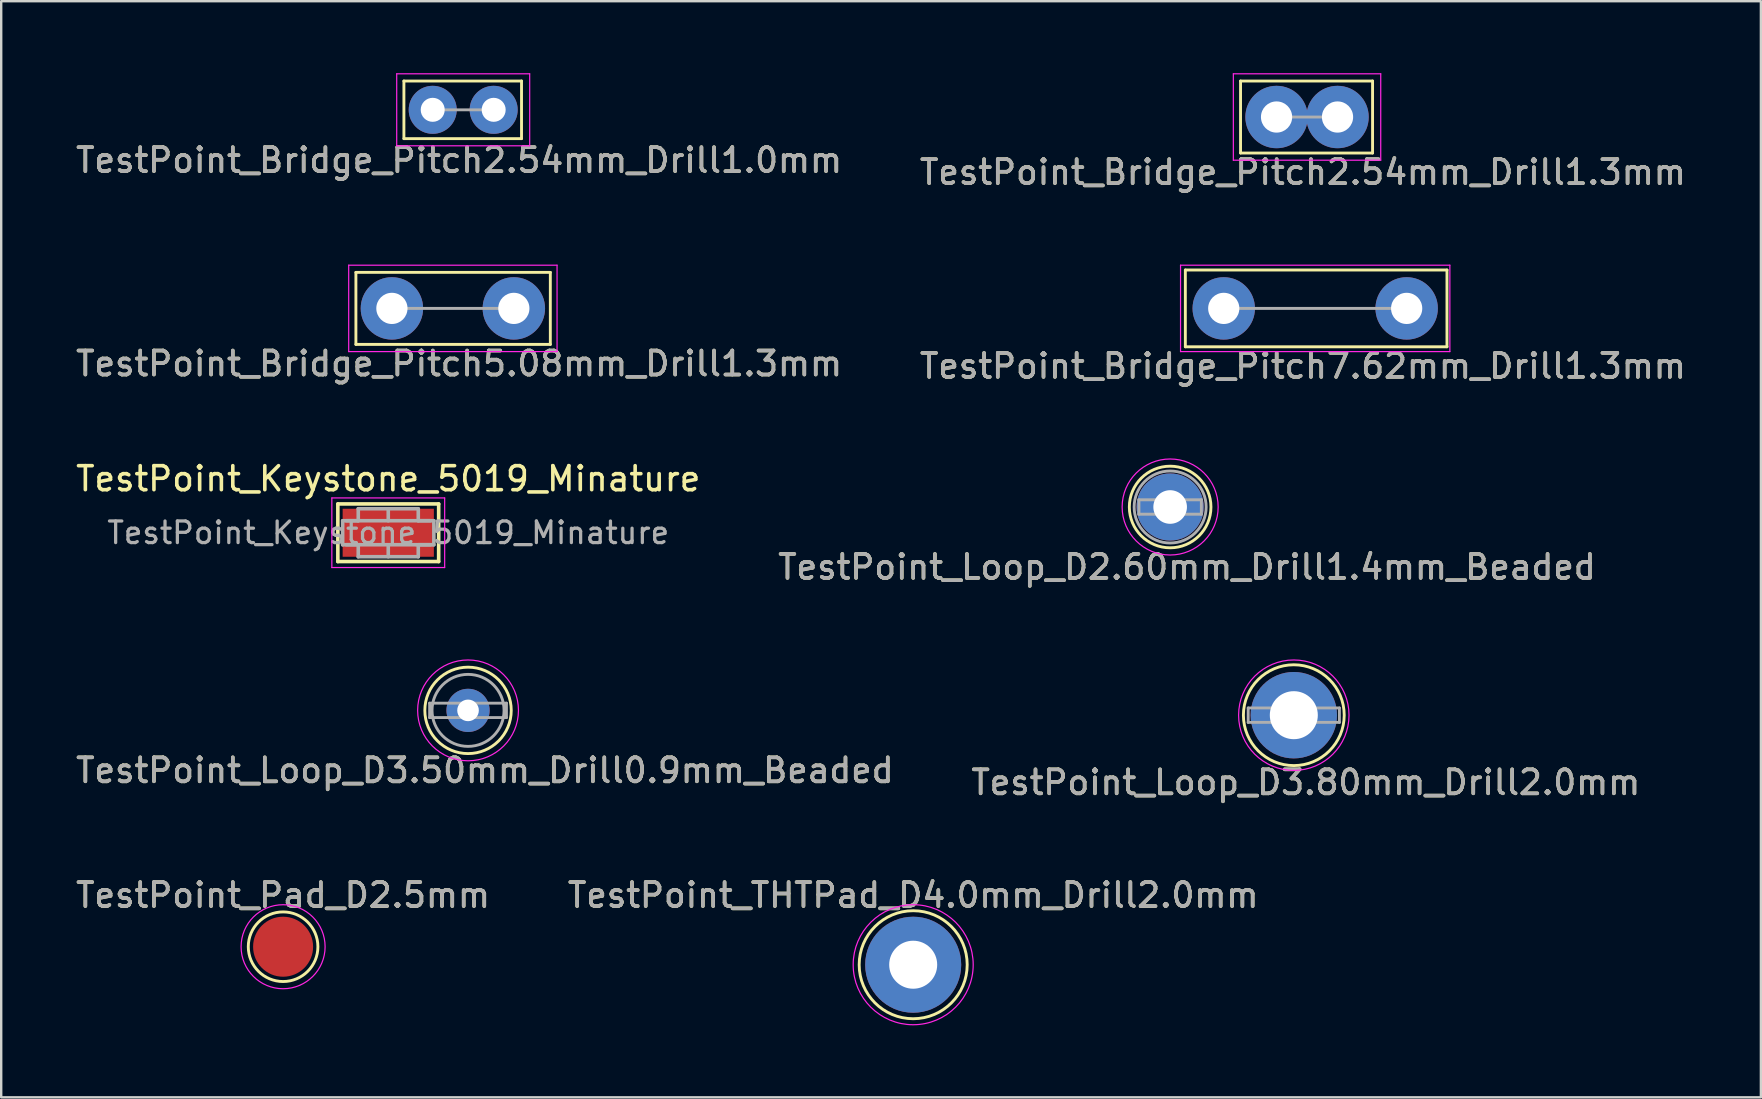
<source format=kicad_pcb>
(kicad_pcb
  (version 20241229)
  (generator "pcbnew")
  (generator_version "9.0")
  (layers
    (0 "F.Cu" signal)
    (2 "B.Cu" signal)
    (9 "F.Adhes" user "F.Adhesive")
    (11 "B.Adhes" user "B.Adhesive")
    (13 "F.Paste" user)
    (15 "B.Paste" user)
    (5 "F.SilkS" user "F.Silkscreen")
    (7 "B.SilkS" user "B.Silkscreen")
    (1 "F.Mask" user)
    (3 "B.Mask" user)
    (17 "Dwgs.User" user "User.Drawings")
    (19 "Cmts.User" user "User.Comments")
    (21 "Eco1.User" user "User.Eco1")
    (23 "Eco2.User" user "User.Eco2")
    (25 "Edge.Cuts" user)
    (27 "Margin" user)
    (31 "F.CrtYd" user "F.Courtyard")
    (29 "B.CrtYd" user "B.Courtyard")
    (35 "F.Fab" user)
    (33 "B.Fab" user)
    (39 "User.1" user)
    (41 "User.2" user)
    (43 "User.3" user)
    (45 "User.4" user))
  (footprint "TestPoint_Bridge_Pitch5.08mm_Drill1.3mm"
    (layer "F.Cu")
    (at 13.277 9.798)
    (property "Reference" "TestPoint_Bridge_Pitch5.08mm_Drill1.3mm" (at 2.8 2.3 0) (layer "F.SilkS") (effects (font (size 1 1) (thickness 0.15))))
    (attr through_hole)
    (fp_line (start -1.5 -1.5) (end -1.5 1.5) (stroke (width 0.12) (type solid)) (layer "F.SilkS"))
    (fp_line (start -1.5 -1.5) (end 6.6 -1.5) (stroke (width 0.12) (type solid)) (layer "F.SilkS"))
    (fp_line (start 6.6 1.5) (end -1.5 1.5) (stroke (width 0.12) (type solid)) (layer "F.SilkS"))
    (fp_line (start 6.6 1.5) (end 6.6 -1.5) (stroke (width 0.12) (type solid)) (layer "F.SilkS"))
    (fp_line (start -1.8 -1.8) (end -1.8 1.8) (stroke (width 0.05) (type solid)) (layer "F.CrtYd"))
    (fp_line (start -1.8 -1.8) (end 6.88 -1.8) (stroke (width 0.05) (type solid)) (layer "F.CrtYd"))
    (fp_line (start 6.88 1.8) (end -1.8 1.8) (stroke (width 0.05) (type solid)) (layer "F.CrtYd"))
    (fp_line (start 6.88 1.8) (end 6.88 -1.8) (stroke (width 0.05) (type solid)) (layer "F.CrtYd"))
    (fp_line (start 5.08 0) (end 0 0) (stroke (width 0.12) (type solid)) (layer "F.Fab"))
    (fp_text user "${REFERENCE}" (at 2.8 2.3 0) (layer "F.Fab") (effects (font (size 1 1) (thickness 0.15))))
    (pad "1" thru_hole circle (at 0 0) (size 2.6 2.6) (drill 1.3) (layers "*.Cu" "*.Mask"))
    (pad "1" thru_hole circle (at 5.08 0) (size 2.6 2.6) (drill 1.3) (layers "*.Cu" "*.Mask")))
  (footprint "TestPoint_THTPad_D4.0mm_Drill2.0mm"
    (layer "F.Cu")
    (at 34.994 37.141)
    (property "Reference" "TestPoint_THTPad_D4.0mm_Drill2.0mm" (at 0 -2.898 0) (layer "F.SilkS") (effects (font (size 1 1) (thickness 0.15))))
    (attr exclude_from_pos_files exclude_from_bom)
    (fp_circle (center 0 0) (end 0 2.25) (stroke (width 0.12) (type solid)) (fill no) (layer "F.SilkS"))
    (fp_circle (center 0 0) (end 2.5 0) (stroke (width 0.05) (type solid)) (fill no) (layer "F.CrtYd"))
    (fp_text user "${REFERENCE}" (at 0 -2.9 0) (layer "F.Fab") (effects (font (size 1 1) (thickness 0.15))))
    (pad "1" thru_hole circle (at 0 0) (size 4 4) (drill 2) (layers "*.Cu" "*.Mask")))
  (footprint "TestPoint_Bridge_Pitch2.54mm_Drill1.3mm"
    (layer "F.Cu")
    (at 50.132 1.825)
    (property "Reference" "TestPoint_Bridge_Pitch2.54mm_Drill1.3mm" (at 1.1 2.3 0) (layer "F.SilkS") (effects (font (size 1 1) (thickness 0.15))))
    (attr through_hole)
    (fp_line (start -1.5 -1.5) (end -1.5 1.5) (stroke (width 0.12) (type solid)) (layer "F.SilkS"))
    (fp_line (start -1.5 1.5) (end 4 1.5) (stroke (width 0.12) (type solid)) (layer "F.SilkS"))
    (fp_line (start 4 -1.5) (end -1.5 -1.5) (stroke (width 0.12) (type solid)) (layer "F.SilkS"))
    (fp_line (start 4 1.5) (end 4 -1.5) (stroke (width 0.12) (type solid)) (layer "F.SilkS"))
    (fp_line (start -1.8 -1.8) (end -1.8 1.8) (stroke (width 0.05) (type solid)) (layer "F.CrtYd"))
    (fp_line (start -1.8 -1.8) (end 4.34 -1.8) (stroke (width 0.05) (type solid)) (layer "F.CrtYd"))
    (fp_line (start 4.34 1.8) (end -1.8 1.8) (stroke (width 0.05) (type solid)) (layer "F.CrtYd"))
    (fp_line (start 4.34 1.8) (end 4.34 -1.8) (stroke (width 0.05) (type solid)) (layer "F.CrtYd"))
    (fp_line (start 2.54 0) (end 0 0) (stroke (width 0.12) (type solid)) (layer "F.Fab"))
    (fp_text user "${REFERENCE}" (at 1.1 2.3 0) (layer "F.Fab") (effects (font (size 1 1) (thickness 0.15))))
    (pad "1" thru_hole circle (at 0 0) (size 2.6 2.6) (drill 1.3) (layers "*.Cu" "*.Mask"))
    (pad "1" thru_hole circle (at 2.54 0) (size 2.6 2.6) (drill 1.3) (layers "*.Cu" "*.Mask")))
  (footprint "TestPoint_Loop_D3.80mm_Drill2.0mm"
    (layer "F.Cu")
    (at 50.851 26.745)
    (property "Reference" "TestPoint_Loop_D3.80mm_Drill2.0mm" (at 0.5 2.8 0) (layer "F.SilkS") (effects (font (size 1 1) (thickness 0.15))))
    (attr through_hole)
    (fp_circle (center 0 0) (end 2.1 0) (stroke (width 0.12) (type solid)) (fill no) (layer "F.SilkS"))
    (fp_circle (center 0 0) (end 2.3 0) (stroke (width 0.05) (type solid)) (fill no) (layer "F.CrtYd"))
    (fp_line (start -1.9 -0.3) (end -1.9 0.3) (stroke (width 0.12) (type solid)) (layer "F.Fab"))
    (fp_line (start -1.9 0.3) (end 1.9 0.3) (stroke (width 0.12) (type solid)) (layer "F.Fab"))
    (fp_line (start 1.9 -0.3) (end -1.9 -0.3) (stroke (width 0.12) (type solid)) (layer "F.Fab"))
    (fp_line (start 1.9 0.3) (end 1.9 -0.3) (stroke (width 0.12) (type solid)) (layer "F.Fab"))
    (fp_text user "${REFERENCE}" (at 0.5 2.8 0) (layer "F.Fab") (effects (font (size 1 1) (thickness 0.15))))
    (pad "1" thru_hole circle (at 0 0) (size 3.6 3.6) (drill 2) (layers "*.Cu" "*.Mask")))
  (footprint "TestPoint_Keystone_5019_Minature"
    (layer "F.Cu")
    (at 13.125 19.145)
    (property "Reference" "TestPoint_Keystone_5019_Minature" (at 0 -2.25 0) (layer "F.SilkS") (effects (font (size 1 1) (thickness 0.15))))
    (attr smd)
    (fp_line (start -2.1 -1.2) (end 2.1 -1.2) (stroke (width 0.15) (type solid)) (layer "F.SilkS"))
    (fp_line (start -2.1 1.2) (end -2.1 -1.2) (stroke (width 0.15) (type solid)) (layer "F.SilkS"))
    (fp_line (start 2.1 -1.2) (end 2.1 1.2) (stroke (width 0.15) (type solid)) (layer "F.SilkS"))
    (fp_line (start 2.1 1.2) (end -2.1 1.2) (stroke (width 0.15) (type solid)) (layer "F.SilkS"))
    (fp_line (start -2.35 -1.45) (end 2.35 -1.45) (stroke (width 0.05) (type solid)) (layer "F.CrtYd"))
    (fp_line (start -2.35 1.45) (end -2.35 -1.45) (stroke (width 0.05) (type solid)) (layer "F.CrtYd"))
    (fp_line (start 2.35 -1.45) (end 2.35 1.45) (stroke (width 0.05) (type solid)) (layer "F.CrtYd"))
    (fp_line (start 2.35 1.45) (end -2.35 1.45) (stroke (width 0.05) (type solid)) (layer "F.CrtYd"))
    (fp_line (start -1.9 -0.5) (end -1.9 0.5) (stroke (width 0.15) (type solid)) (layer "F.Fab"))
    (fp_line (start -1.9 -0.5) (end 1.9 -0.5) (stroke (width 0.15) (type solid)) (layer "F.Fab"))
    (fp_line (start -1.75 0.5) (end -1.25 0.5) (stroke (width 0.15) (type solid)) (layer "F.Fab"))
    (fp_line (start -1.25 -1) (end -1.25 -0.5) (stroke (width 0.15) (type solid)) (layer "F.Fab"))
    (fp_line (start -1.25 -0.5) (end -1.75 -0.5) (stroke (width 0.15) (type solid)) (layer "F.Fab"))
    (fp_line (start -1.25 0.5) (end -1.25 1) (stroke (width 0.15) (type solid)) (layer "F.Fab"))
    (fp_line (start -1.25 1) (end 1.25 1) (stroke (width 0.15) (type solid)) (layer "F.Fab"))
    (fp_line (start 0 -1) (end 0 -0.5) (stroke (width 0.15) (type solid)) (layer "F.Fab"))
    (fp_line (start 0 0.5) (end 0 1) (stroke (width 0.15) (type solid)) (layer "F.Fab"))
    (fp_line (start 1.25 -1) (end -1.25 -1) (stroke (width 0.15) (type solid)) (layer "F.Fab"))
    (fp_line (start 1.25 -0.5) (end 1.25 -1) (stroke (width 0.15) (type solid)) (layer "F.Fab"))
    (fp_line (start 1.25 0.5) (end 1.75 0.5) (stroke (width 0.15) (type solid)) (layer "F.Fab"))
    (fp_line (start 1.25 1) (end 1.25 0.5) (stroke (width 0.15) (type solid)) (layer "F.Fab"))
    (fp_line (start 1.75 -0.5) (end 1.25 -0.5) (stroke (width 0.15) (type solid)) (layer "F.Fab"))
    (fp_line (start 1.9 0.5) (end -1.9 0.5) (stroke (width 0.15) (type solid)) (layer "F.Fab"))
    (fp_line (start 1.9 0.5) (end 1.9 -0.5) (stroke (width 0.15) (type solid)) (layer "F.Fab"))
    (fp_text user "${REFERENCE}" (at 0 0 0) (layer "F.Fab") (effects (font (size 0.9 0.9) (thickness 0.135))))
    (pad "1" smd rect (at 0 0) (size 3.8 2) (layers "F.Cu" "F.Mask" "F.Paste")))
  (footprint "TestPoint_Loop_D3.50mm_Drill0.9mm_Beaded"
    (layer "F.Cu")
    (at 16.449 26.545)
    (property "Reference" "TestPoint_Loop_D3.50mm_Drill0.9mm_Beaded" (at 0.7 2.5 0) (layer "F.SilkS") (effects (font (size 1 1) (thickness 0.15))))
    (attr through_hole)
    (fp_circle (center 0 0) (end 1.8 0) (stroke (width 0.12) (type solid)) (fill no) (layer "F.SilkS"))
    (fp_circle (center 0 0) (end 2.1 0) (stroke (width 0.05) (type solid)) (fill no) (layer "F.CrtYd"))
    (fp_line (start -1.6 -0.3) (end -1.6 0.3) (stroke (width 0.12) (type solid)) (layer "F.Fab"))
    (fp_line (start -1.6 0.3) (end 1.6 0.3) (stroke (width 0.12) (type solid)) (layer "F.Fab"))
    (fp_line (start 1.6 -0.3) (end -1.6 -0.3) (stroke (width 0.12) (type solid)) (layer "F.Fab"))
    (fp_line (start 1.6 0.3) (end 1.6 -0.3) (stroke (width 0.12) (type solid)) (layer "F.Fab"))
    (fp_circle (center 0 0) (end 1.5 0) (stroke (width 0.12) (type solid)) (fill no) (layer "F.Fab"))
    (fp_text user "${REFERENCE}" (at 0.7 2.5 0) (layer "F.Fab") (effects (font (size 1 1) (thickness 0.15))))
    (pad "1" thru_hole circle (at 0 0) (size 1.8 1.8) (drill 0.9) (layers "*.Cu" "*.Mask")))
  (footprint "TestPoint_Bridge_Pitch2.54mm_Drill1.0mm"
    (layer "F.Cu")
    (at 14.977 1.525)
    (property "Reference" "TestPoint_Bridge_Pitch2.54mm_Drill1.0mm" (at 1.1 2.1 0) (layer "F.SilkS") (effects (font (size 1 1) (thickness 0.15))))
    (attr through_hole)
    (fp_line (start -1.2 -1.2) (end -1.2 1.2) (stroke (width 0.12) (type solid)) (layer "F.SilkS"))
    (fp_line (start -1.2 1.2) (end 3.7 1.2) (stroke (width 0.12) (type solid)) (layer "F.SilkS"))
    (fp_line (start 3.7 -1.2) (end -1.2 -1.2) (stroke (width 0.12) (type solid)) (layer "F.SilkS"))
    (fp_line (start 3.7 1.2) (end 3.7 -1.2) (stroke (width 0.12) (type solid)) (layer "F.SilkS"))
    (fp_line (start -1.5 -1.5) (end -1.5 1.5) (stroke (width 0.05) (type solid)) (layer "F.CrtYd"))
    (fp_line (start -1.5 -1.5) (end 4.04 -1.5) (stroke (width 0.05) (type solid)) (layer "F.CrtYd"))
    (fp_line (start 4.04 1.5) (end -1.5 1.5) (stroke (width 0.05) (type solid)) (layer "F.CrtYd"))
    (fp_line (start 4.04 1.5) (end 4.04 -1.5) (stroke (width 0.05) (type solid)) (layer "F.CrtYd"))
    (fp_line (start 2.54 0) (end 0 0) (stroke (width 0.12) (type solid)) (layer "F.Fab"))
    (fp_text user "${REFERENCE}" (at 1.1 2.1 0) (layer "F.Fab") (effects (font (size 1 1) (thickness 0.15))))
    (pad "1" thru_hole circle (at 0 0) (size 2 2) (drill 1) (layers "*.Cu" "*.Mask"))
    (pad "1" thru_hole circle (at 2.54 0) (size 2 2) (drill 1) (layers "*.Cu" "*.Mask")))
  (footprint "TestPoint_Pad_D2.5mm"
    (layer "F.Cu")
    (at 8.744 36.391)
    (property "Reference" "TestPoint_Pad_D2.5mm" (at 0 -2.148 0) (layer "F.SilkS") (effects (font (size 1 1) (thickness 0.15))))
    (attr exclude_from_pos_files exclude_from_bom)
    (fp_circle (center 0 0) (end 0 1.45) (stroke (width 0.12) (type solid)) (fill no) (layer "F.SilkS"))
    (fp_circle (center 0 0) (end 1.75 0) (stroke (width 0.05) (type solid)) (fill no) (layer "F.CrtYd"))
    (fp_text user "${REFERENCE}" (at 0 -2.15 0) (layer "F.Fab") (effects (font (size 1 1) (thickness 0.15))))
    (pad "1" smd circle (at 0 0) (size 2.5 2.5) (layers "F.Cu" "F.Mask")))
  (footprint "TestPoint_Bridge_Pitch7.62mm_Drill1.3mm"
    (layer "F.Cu")
    (at 47.932 9.798)
    (property "Reference" "TestPoint_Bridge_Pitch7.62mm_Drill1.3mm" (at 3.3 2.4 0) (layer "F.SilkS") (effects (font (size 1 1) (thickness 0.15))))
    (attr through_hole)
    (fp_line (start -1.6 -1.6) (end 9.3 -1.6) (stroke (width 0.12) (type solid)) (layer "F.SilkS"))
    (fp_line (start -1.6 1.6) (end -1.6 -1.6) (stroke (width 0.12) (type solid)) (layer "F.SilkS"))
    (fp_line (start 9.3 -1.6) (end 9.3 1.6) (stroke (width 0.12) (type solid)) (layer "F.SilkS"))
    (fp_line (start 9.3 1.6) (end -1.6 1.6) (stroke (width 0.12) (type solid)) (layer "F.SilkS"))
    (fp_line (start -1.8 -1.8) (end -1.8 1.8) (stroke (width 0.05) (type solid)) (layer "F.CrtYd"))
    (fp_line (start -1.8 -1.8) (end 9.42 -1.8) (stroke (width 0.05) (type solid)) (layer "F.CrtYd"))
    (fp_line (start 9.42 1.8) (end -1.8 1.8) (stroke (width 0.05) (type solid)) (layer "F.CrtYd"))
    (fp_line (start 9.42 1.8) (end 9.42 -1.8) (stroke (width 0.05) (type solid)) (layer "F.CrtYd"))
    (fp_line (start 7.62 0) (end 0 0) (stroke (width 0.12) (type solid)) (layer "F.Fab"))
    (fp_text user "${REFERENCE}" (at 3.3 2.4 0) (layer "F.Fab") (effects (font (size 1 1) (thickness 0.15))))
    (pad "1" thru_hole circle (at 0 0) (size 2.6 2.6) (drill 1.3) (layers "*.Cu" "*.Mask"))
    (pad "1" thru_hole circle (at 7.62 0) (size 2.6 2.6) (drill 1.3) (layers "*.Cu" "*.Mask")))
  (footprint "TestPoint_Loop_D2.60mm_Drill1.4mm_Beaded"
    (layer "F.Cu")
    (at 45.699 18.072)
    (property "Reference" "TestPoint_Loop_D2.60mm_Drill1.4mm_Beaded" (at 0.7 2.5 0) (layer "F.SilkS") (effects (font (size 1 1) (thickness 0.15))))
    (attr through_hole)
    (fp_circle (center 0 0) (end 1.7 0) (stroke (width 0.12) (type solid)) (fill no) (layer "F.SilkS"))
    (fp_circle (center 0 0) (end 2 0) (stroke (width 0.05) (type solid)) (fill no) (layer "F.CrtYd"))
    (fp_line (start -1.3 -0.3) (end -1.3 0.3) (stroke (width 0.12) (type solid)) (layer "F.Fab"))
    (fp_line (start -1.3 0.3) (end 1.3 0.3) (stroke (width 0.12) (type solid)) (layer "F.Fab"))
    (fp_line (start 1.3 -0.3) (end -1.3 -0.3) (stroke (width 0.12) (type solid)) (layer "F.Fab"))
    (fp_line (start 1.3 0.3) (end 1.3 -0.3) (stroke (width 0.12) (type solid)) (layer "F.Fab"))
    (fp_circle (center 0 0) (end 1.5 0) (stroke (width 0.12) (type solid)) (fill no) (layer "F.Fab"))
    (fp_text user "${REFERENCE}" (at 0.7 2.5 0) (layer "F.Fab") (effects (font (size 1 1) (thickness 0.15))))
    (pad "1" thru_hole circle (at 0 0) (size 2.8 2.8) (drill 1.4) (layers "*.Cu" "*.Mask")))
  (gr_rect
    (start -3 -3)
    (end 70.31 42.666)
    (stroke (width 0.1) (type default))
    (fill no)
    (layer "Edge.Cuts")))
</source>
